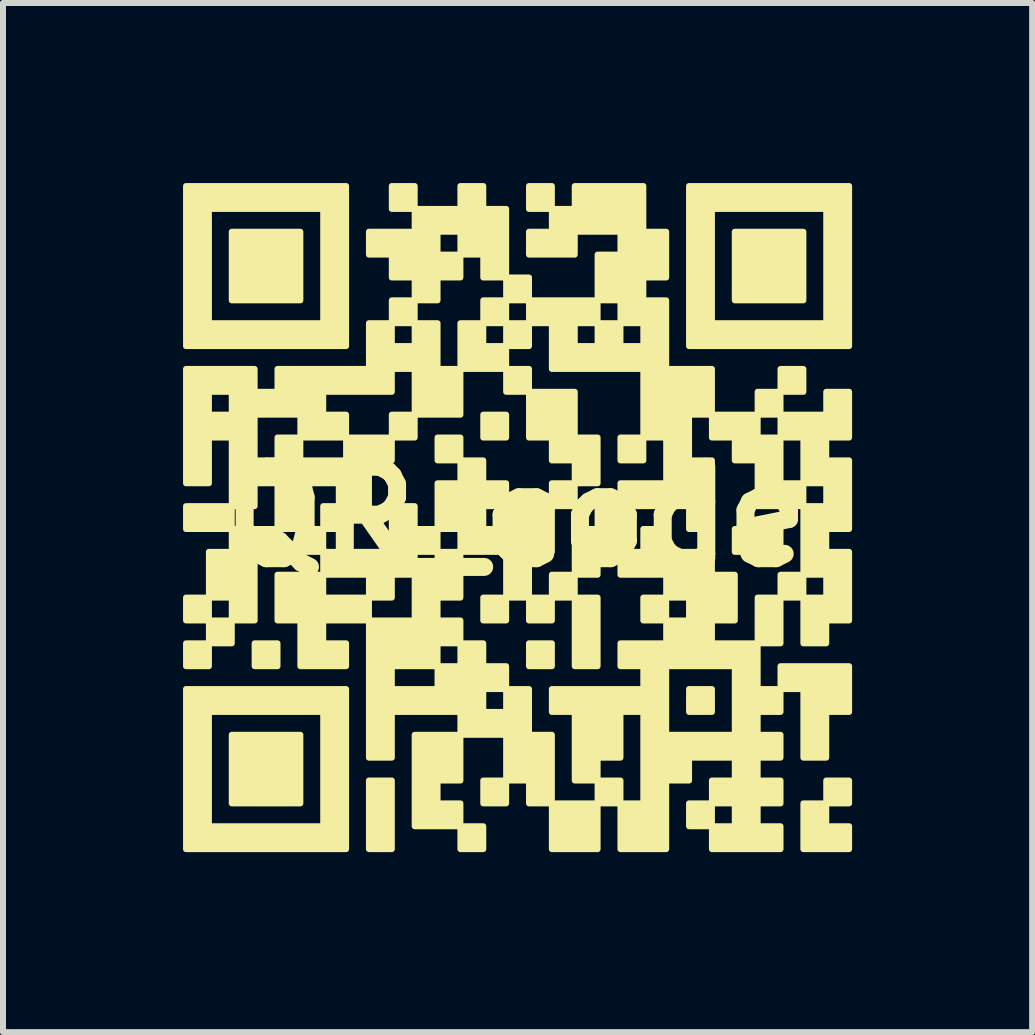
<source format=kicad_pcb>
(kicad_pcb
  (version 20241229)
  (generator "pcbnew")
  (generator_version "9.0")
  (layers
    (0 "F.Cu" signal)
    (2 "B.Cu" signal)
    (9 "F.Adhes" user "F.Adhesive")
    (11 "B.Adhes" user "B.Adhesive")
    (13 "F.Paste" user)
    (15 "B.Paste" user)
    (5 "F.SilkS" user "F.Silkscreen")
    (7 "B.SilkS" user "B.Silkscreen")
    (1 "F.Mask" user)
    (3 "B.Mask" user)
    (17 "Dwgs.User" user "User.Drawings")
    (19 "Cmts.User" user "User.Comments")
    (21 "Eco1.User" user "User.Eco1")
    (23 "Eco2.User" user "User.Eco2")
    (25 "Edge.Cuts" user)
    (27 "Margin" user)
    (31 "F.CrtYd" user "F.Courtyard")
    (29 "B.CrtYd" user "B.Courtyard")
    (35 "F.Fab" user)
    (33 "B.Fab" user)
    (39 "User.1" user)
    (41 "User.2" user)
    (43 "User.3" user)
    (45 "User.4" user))
  (footprint "QR_code"
    (layer "F.Cu")
    (at 5.562 5.562)
    (property "Reference" "QR_code" (at 0 0 0) (layer "F.SilkS") (effects (font (size 1.524 1.524) (thickness 0.3))))
    (attr through_hole)
    (fp_poly (pts (xy -5.131 1.727) (xy -5.321 1.727) (xy -5.512 1.727) (xy -5.512 1.537) (xy -5.512 1.346) (xy -5.321 1.346) (xy -5.131 1.346) (xy -5.131 1.537) (xy -5.131 1.727)) (stroke (width 0.1) (type solid)) (fill yes) (layer "F.SilkS"))
    (fp_poly (pts (xy -5.131 2.489) (xy -5.321 2.489) (xy -5.512 2.489) (xy -5.512 2.299) (xy -5.512 2.108) (xy -5.321 2.108) (xy -5.131 2.108) (xy -5.131 2.299) (xy -5.131 2.489)) (stroke (width 0.1) (type solid)) (fill yes) (layer "F.SilkS"))
    (fp_poly (pts (xy -4.75 0.203) (xy -5.131 0.203) (xy -5.512 0.203) (xy -5.512 0.013) (xy -5.512 -0.178) (xy -5.131 -0.178) (xy -4.75 -0.178) (xy -4.75 0.013) (xy -4.75 0.203)) (stroke (width 0.1) (type solid)) (fill yes) (layer "F.SilkS"))
    (fp_poly (pts (xy -4.75 2.108) (xy -4.94 2.108) (xy -5.131 2.108) (xy -5.131 1.918) (xy -5.131 1.727) (xy -4.94 1.727) (xy -4.75 1.727) (xy -4.75 1.918) (xy -4.75 2.108)) (stroke (width 0.1) (type solid)) (fill yes) (layer "F.SilkS"))
    (fp_poly (pts (xy -3.988 2.489) (xy -4.178 2.489) (xy -4.369 2.489) (xy -4.369 2.299) (xy -4.369 2.108) (xy -4.178 2.108) (xy -3.988 2.108) (xy -3.988 2.299) (xy -3.988 2.489)) (stroke (width 0.1) (type solid)) (fill yes) (layer "F.SilkS"))
    (fp_poly (pts (xy -3.607 -3.607) (xy -4.178 -3.607) (xy -4.75 -3.607) (xy -4.75 -4.178) (xy -4.75 -4.75) (xy -4.178 -4.75) (xy -3.607 -4.75) (xy -3.607 -4.178) (xy -3.607 -3.607)) (stroke (width 0.1) (type solid)) (fill yes) (layer "F.SilkS"))
    (fp_poly (pts (xy -3.607 4.775) (xy -4.178 4.775) (xy -4.75 4.775) (xy -4.75 4.204) (xy -4.75 3.632) (xy -4.178 3.632) (xy -3.607 3.632) (xy -3.607 4.204) (xy -3.607 4.775)) (stroke (width 0.1) (type solid)) (fill yes) (layer "F.SilkS"))
    (fp_poly (pts (xy -3.226 0.584) (xy -3.416 0.584) (xy -3.607 0.584) (xy -3.607 0.394) (xy -3.607 0.203) (xy -3.416 0.203) (xy -3.226 0.203) (xy -3.226 0.394) (xy -3.226 0.584)) (stroke (width 0.1) (type solid)) (fill yes) (layer "F.SilkS"))
    (fp_poly (pts (xy -2.845 0.203) (xy -3.035 0.203) (xy -3.226 0.203) (xy -3.226 0.013) (xy -3.226 -0.178) (xy -3.035 -0.178) (xy -2.845 -0.178) (xy -2.845 0.013) (xy -2.845 0.203)) (stroke (width 0.1) (type solid)) (fill yes) (layer "F.SilkS"))
    (fp_poly (pts (xy -2.083 5.537) (xy -2.273 5.537) (xy -2.464 5.537) (xy -2.464 4.966) (xy -2.464 4.394) (xy -2.273 4.394) (xy -2.083 4.394) (xy -2.083 4.966) (xy -2.083 5.537)) (stroke (width 0.1) (type solid)) (fill yes) (layer "F.SilkS"))
    (fp_poly (pts (xy -1.702 -5.131) (xy -1.892 -5.131) (xy -2.083 -5.131) (xy -2.083 -5.321) (xy -2.083 -5.512) (xy -1.892 -5.512) (xy -1.702 -5.512) (xy -1.702 -5.321) (xy -1.702 -5.131)) (stroke (width 0.1) (type solid)) (fill yes) (layer "F.SilkS"))
    (fp_poly (pts (xy -1.702 -3.226) (xy -1.892 -3.226) (xy -2.083 -3.226) (xy -2.083 -3.416) (xy -2.083 -3.607) (xy -1.892 -3.607) (xy -1.702 -3.607) (xy -1.702 -3.416) (xy -1.702 -3.226)) (stroke (width 0.1) (type solid)) (fill yes) (layer "F.SilkS"))
    (fp_poly (pts (xy -1.702 -1.321) (xy -1.892 -1.321) (xy -2.083 -1.321) (xy -2.083 -1.511) (xy -2.083 -1.702) (xy -1.892 -1.702) (xy -1.702 -1.702) (xy -1.702 -1.511) (xy -1.702 -1.321)) (stroke (width 0.1) (type solid)) (fill yes) (layer "F.SilkS"))
    (fp_poly (pts (xy -0.94 -0.94) (xy -1.13 -0.94) (xy -1.321 -0.94) (xy -1.321 -1.13) (xy -1.321 -1.321) (xy -1.13 -1.321) (xy -0.94 -1.321) (xy -0.94 -1.13) (xy -0.94 -0.94)) (stroke (width 0.1) (type solid)) (fill yes) (layer "F.SilkS"))
    (fp_poly (pts (xy -0.559 5.537) (xy -0.749 5.537) (xy -0.94 5.537) (xy -0.94 5.347) (xy -0.94 5.156) (xy -0.749 5.156) (xy -0.559 5.156) (xy -0.559 5.347) (xy -0.559 5.537)) (stroke (width 0.1) (type solid)) (fill yes) (layer "F.SilkS"))
    (fp_poly (pts (xy -0.178 -3.226) (xy -0.368 -3.226) (xy -0.559 -3.226) (xy -0.559 -3.416) (xy -0.559 -3.607) (xy -0.368 -3.607) (xy -0.178 -3.607) (xy -0.178 -3.416) (xy -0.178 -3.226)) (stroke (width 0.1) (type solid)) (fill yes) (layer "F.SilkS"))
    (fp_poly (pts (xy -0.178 -1.321) (xy -0.368 -1.321) (xy -0.559 -1.321) (xy -0.559 -1.511) (xy -0.559 -1.702) (xy -0.368 -1.702) (xy -0.178 -1.702) (xy -0.178 -1.511) (xy -0.178 -1.321)) (stroke (width 0.1) (type solid)) (fill yes) (layer "F.SilkS"))
    (fp_poly (pts (xy -0.178 1.727) (xy -0.368 1.727) (xy -0.559 1.727) (xy -0.559 1.537) (xy -0.559 1.346) (xy -0.368 1.346) (xy -0.178 1.346) (xy -0.178 1.537) (xy -0.178 1.727)) (stroke (width 0.1) (type solid)) (fill yes) (layer "F.SilkS"))
    (fp_poly (pts (xy -0.178 4.775) (xy -0.368 4.775) (xy -0.559 4.775) (xy -0.559 4.585) (xy -0.559 4.394) (xy -0.368 4.394) (xy -0.178 4.394) (xy -0.178 4.585) (xy -0.178 4.775)) (stroke (width 0.1) (type solid)) (fill yes) (layer "F.SilkS"))
    (fp_poly (pts (xy 0.203 -3.607) (xy 0.013 -3.607) (xy -0.178 -3.607) (xy -0.178 -3.797) (xy -0.178 -3.988) (xy 0.013 -3.988) (xy 0.203 -3.988) (xy 0.203 -3.797) (xy 0.203 -3.607)) (stroke (width 0.1) (type solid)) (fill yes) (layer "F.SilkS"))
    (fp_poly (pts (xy 0.203 -2.845) (xy 0.013 -2.845) (xy -0.178 -2.845) (xy -0.178 -3.035) (xy -0.178 -3.226) (xy 0.013 -3.226) (xy 0.203 -3.226) (xy 0.203 -3.035) (xy 0.203 -2.845)) (stroke (width 0.1) (type solid)) (fill yes) (layer "F.SilkS"))
    (fp_poly (pts (xy 0.203 -2.083) (xy 0.013 -2.083) (xy -0.178 -2.083) (xy -0.178 -2.273) (xy -0.178 -2.464) (xy 0.013 -2.464) (xy 0.203 -2.464) (xy 0.203 -2.273) (xy 0.203 -2.083)) (stroke (width 0.1) (type solid)) (fill yes) (layer "F.SilkS"))
    (fp_poly (pts (xy 0.584 -5.131) (xy 0.394 -5.131) (xy 0.203 -5.131) (xy 0.203 -5.321) (xy 0.203 -5.512) (xy 0.394 -5.512) (xy 0.584 -5.512) (xy 0.584 -5.321) (xy 0.584 -5.131)) (stroke (width 0.1) (type solid)) (fill yes) (layer "F.SilkS"))
    (fp_poly (pts (xy 0.584 1.727) (xy 0.394 1.727) (xy 0.203 1.727) (xy 0.203 1.537) (xy 0.203 1.346) (xy 0.394 1.346) (xy 0.584 1.346) (xy 0.584 1.537) (xy 0.584 1.727)) (stroke (width 0.1) (type solid)) (fill yes) (layer "F.SilkS"))
    (fp_poly (pts (xy 0.584 2.489) (xy 0.394 2.489) (xy 0.203 2.489) (xy 0.203 2.299) (xy 0.203 2.108) (xy 0.394 2.108) (xy 0.584 2.108) (xy 0.584 2.299) (xy 0.584 2.489)) (stroke (width 0.1) (type solid)) (fill yes) (layer "F.SilkS"))
    (fp_poly (pts (xy 0.965 -0.178) (xy 0.775 -0.178) (xy 0.584 -0.178) (xy 0.584 -0.368) (xy 0.584 -0.559) (xy 0.775 -0.559) (xy 0.965 -0.559) (xy 0.965 -0.368) (xy 0.965 -0.178)) (stroke (width 0.1) (type solid)) (fill yes) (layer "F.SilkS"))
    (fp_poly (pts (xy 0.965 1.346) (xy 0.775 1.346) (xy 0.584 1.346) (xy 0.584 1.156) (xy 0.584 0.965) (xy 0.775 0.965) (xy 0.965 0.965) (xy 0.965 1.156) (xy 0.965 1.346)) (stroke (width 0.1) (type solid)) (fill yes) (layer "F.SilkS"))
    (fp_poly (pts (xy 1.346 2.489) (xy 1.156 2.489) (xy 0.965 2.489) (xy 0.965 1.918) (xy 0.965 1.346) (xy 1.156 1.346) (xy 1.346 1.346) (xy 1.346 1.918) (xy 1.346 2.489)) (stroke (width 0.1) (type solid)) (fill yes) (layer "F.SilkS"))
    (fp_poly (pts (xy 1.346 5.537) (xy 0.965 5.537) (xy 0.584 5.537) (xy 0.584 5.156) (xy 0.584 4.775) (xy 0.965 4.775) (xy 1.346 4.775) (xy 1.346 5.156) (xy 1.346 5.537)) (stroke (width 0.1) (type solid)) (fill yes) (layer "F.SilkS"))
    (fp_poly (pts (xy 1.727 4.775) (xy 1.537 4.775) (xy 1.346 4.775) (xy 1.346 4.585) (xy 1.346 4.394) (xy 1.537 4.394) (xy 1.727 4.394) (xy 1.727 4.585) (xy 1.727 4.775)) (stroke (width 0.1) (type solid)) (fill yes) (layer "F.SilkS"))
    (fp_poly (pts (xy 2.108 -0.94) (xy 1.918 -0.94) (xy 1.727 -0.94) (xy 1.727 -1.13) (xy 1.727 -1.321) (xy 1.918 -1.321) (xy 2.108 -1.321) (xy 2.108 -1.13) (xy 2.108 -0.94)) (stroke (width 0.1) (type solid)) (fill yes) (layer "F.SilkS"))
    (fp_poly (pts (xy 2.489 1.727) (xy 2.299 1.727) (xy 2.108 1.727) (xy 2.108 1.537) (xy 2.108 1.346) (xy 2.299 1.346) (xy 2.489 1.346) (xy 2.489 1.537) (xy 2.489 1.727)) (stroke (width 0.1) (type solid)) (fill yes) (layer "F.SilkS"))
    (fp_poly (pts (xy 3.251 3.251) (xy 3.061 3.251) (xy 2.87 3.251) (xy 2.87 3.061) (xy 2.87 2.87) (xy 3.061 2.87) (xy 3.251 2.87) (xy 3.251 3.061) (xy 3.251 3.251)) (stroke (width 0.1) (type solid)) (fill yes) (layer "F.SilkS"))
    (fp_poly (pts (xy 3.251 5.156) (xy 3.061 5.156) (xy 2.87 5.156) (xy 2.87 4.966) (xy 2.87 4.775) (xy 3.061 4.775) (xy 3.251 4.775) (xy 3.251 4.966) (xy 3.251 5.156)) (stroke (width 0.1) (type solid)) (fill yes) (layer "F.SilkS"))
    (fp_poly (pts (xy 4.394 -1.702) (xy 4.204 -1.702) (xy 4.013 -1.702) (xy 4.013 -1.892) (xy 4.013 -2.083) (xy 4.204 -2.083) (xy 4.394 -2.083) (xy 4.394 -1.892) (xy 4.394 -1.702)) (stroke (width 0.1) (type solid)) (fill yes) (layer "F.SilkS"))
    (fp_poly (pts (xy 4.394 0.584) (xy 4.013 0.584) (xy 3.632 0.584) (xy 3.632 0.394) (xy 3.632 0.203) (xy 4.013 0.203) (xy 4.394 0.203) (xy 4.394 0.394) (xy 4.394 0.584)) (stroke (width 0.1) (type solid)) (fill yes) (layer "F.SilkS"))
    (fp_poly (pts (xy 4.394 2.108) (xy 4.204 2.108) (xy 4.013 2.108) (xy 4.013 1.727) (xy 4.013 1.346) (xy 4.204 1.346) (xy 4.394 1.346) (xy 4.394 1.727) (xy 4.394 2.108)) (stroke (width 0.1) (type solid)) (fill yes) (layer "F.SilkS"))
    (fp_poly (pts (xy 4.775 -3.607) (xy 4.204 -3.607) (xy 3.632 -3.607) (xy 3.632 -4.178) (xy 3.632 -4.75) (xy 4.204 -4.75) (xy 4.775 -4.75) (xy 4.775 -4.178) (xy 4.775 -3.607)) (stroke (width 0.1) (type solid)) (fill yes) (layer "F.SilkS"))
    (fp_poly (pts (xy 4.775 -2.083) (xy 4.585 -2.083) (xy 4.394 -2.083) (xy 4.394 -2.273) (xy 4.394 -2.464) (xy 4.585 -2.464) (xy 4.775 -2.464) (xy 4.775 -2.273) (xy 4.775 -2.083)) (stroke (width 0.1) (type solid)) (fill yes) (layer "F.SilkS"))
    (fp_poly (pts (xy 4.775 1.346) (xy 4.585 1.346) (xy 4.394 1.346) (xy 4.394 1.156) (xy 4.394 0.965) (xy 4.585 0.965) (xy 4.775 0.965) (xy 4.775 1.156) (xy 4.775 1.346)) (stroke (width 0.1) (type solid)) (fill yes) (layer "F.SilkS"))
    (fp_poly (pts (xy 5.537 4.775) (xy 5.347 4.775) (xy 5.156 4.775) (xy 5.156 4.585) (xy 5.156 4.394) (xy 5.347 4.394) (xy 5.537 4.394) (xy 5.537 4.585) (xy 5.537 4.775)) (stroke (width 0.1) (type solid)) (fill yes) (layer "F.SilkS"))
    (fp_poly (pts (xy -0.178 -2.464) (xy -0.559 -2.464) (xy -0.94 -2.464) (xy -0.94 -2.845) (xy -0.94 -3.226) (xy -0.749 -3.226) (xy -0.559 -3.226) (xy -0.559 -3.035) (xy -0.559 -2.845) (xy -0.368 -2.845) (xy -0.178 -2.845) (xy -0.178 -2.654) (xy -0.178 -2.464)) (stroke (width 0.1) (type solid)) (fill yes) (layer "F.SilkS"))
    (fp_poly (pts (xy 5.537 5.537) (xy 5.156 5.537) (xy 4.775 5.537) (xy 4.775 5.156) (xy 4.775 4.775) (xy 4.966 4.775) (xy 5.156 4.775) (xy 5.156 4.966) (xy 5.156 5.156) (xy 5.347 5.156) (xy 5.537 5.156) (xy 5.537 5.347) (xy 5.537 5.537)) (stroke (width 0.1) (type solid)) (fill yes) (layer "F.SilkS"))
    (fp_poly (pts (xy -0.94 5.156) (xy -1.321 5.156) (xy -1.702 5.156) (xy -1.702 4.394) (xy -1.702 3.632) (xy -1.321 3.632) (xy -0.94 3.632) (xy -0.94 4.013) (xy -0.94 4.394) (xy -1.13 4.394) (xy -1.321 4.394) (xy -1.321 4.585) (xy -1.321 4.775) (xy -1.13 4.775) (xy -0.94 4.775) (xy -0.94 4.966) (xy -0.94 5.156)) (stroke (width 0.1) (type solid)) (fill yes) (layer "F.SilkS"))
    (fp_poly (pts (xy 1.727 0.584) (xy 1.537 0.584) (xy 1.346 0.584) (xy 1.346 0.775) (xy 1.346 0.965) (xy 1.156 0.965) (xy 0.965 0.965) (xy 0.965 0.584) (xy 0.965 0.203) (xy 1.156 0.203) (xy 1.346 0.203) (xy 1.346 0.013) (xy 1.346 -0.178) (xy 1.537 -0.178) (xy 1.727 -0.178) (xy 1.727 0.203) (xy 1.727 0.584)) (stroke (width 0.1) (type solid)) (fill yes) (layer "F.SilkS"))
    (fp_poly (pts (xy 5.537 3.251) (xy 5.347 3.251) (xy 5.156 3.251) (xy 5.156 3.632) (xy 5.156 4.013) (xy 4.966 4.013) (xy 4.775 4.013) (xy 4.775 3.442) (xy 4.775 2.87) (xy 4.585 2.87) (xy 4.394 2.87) (xy 4.394 2.68) (xy 4.394 2.489) (xy 4.966 2.489) (xy 5.537 2.489) (xy 5.537 2.87) (xy 5.537 3.251)) (stroke (width 0.1) (type solid)) (fill yes) (layer "F.SilkS"))
    (fp_poly (pts (xy -2.845 -2.845) (xy -3.226 -2.845) (xy -3.226 -3.226) (xy -3.226 -4.178) (xy -3.226 -5.131) (xy -4.178 -5.131) (xy -5.131 -5.131) (xy -5.131 -4.178) (xy -5.131 -3.226) (xy -4.178 -3.226) (xy -3.226 -3.226) (xy -3.226 -2.845) (xy -4.178 -2.845) (xy -5.512 -2.845) (xy -5.512 -4.178) (xy -5.512 -5.512) (xy -4.178 -5.512) (xy -2.845 -5.512) (xy -2.845 -4.178) (xy -2.845 -2.845)) (stroke (width 0.1) (type solid)) (fill yes) (layer "F.SilkS"))
    (fp_poly (pts (xy -2.845 5.537) (xy -3.226 5.537) (xy -3.226 5.156) (xy -3.226 4.204) (xy -3.226 3.251) (xy -4.178 3.251) (xy -5.131 3.251) (xy -5.131 4.204) (xy -5.131 5.156) (xy -4.178 5.156) (xy -3.226 5.156) (xy -3.226 5.537) (xy -4.178 5.537) (xy -5.512 5.537) (xy -5.512 4.204) (xy -5.512 2.87) (xy -4.178 2.87) (xy -2.845 2.87) (xy -2.845 4.204) (xy -2.845 5.537)) (stroke (width 0.1) (type solid)) (fill yes) (layer "F.SilkS"))
    (fp_poly (pts (xy 5.537 -2.845) (xy 5.156 -2.845) (xy 5.156 -3.226) (xy 5.156 -4.178) (xy 5.156 -5.131) (xy 4.204 -5.131) (xy 3.251 -5.131) (xy 3.251 -4.178) (xy 3.251 -3.226) (xy 4.204 -3.226) (xy 5.156 -3.226) (xy 5.156 -2.845) (xy 4.204 -2.845) (xy 2.87 -2.845) (xy 2.87 -4.178) (xy 2.87 -5.512) (xy 4.204 -5.512) (xy 5.537 -5.512) (xy 5.537 -4.178) (xy 5.537 -2.845)) (stroke (width 0.1) (type solid)) (fill yes) (layer "F.SilkS"))
    (fp_poly (pts (xy -3.988 0.584) (xy -4.178 0.584) (xy -4.369 0.584) (xy -4.369 1.156) (xy -4.369 1.727) (xy -4.559 1.727) (xy -4.75 1.727) (xy -4.75 1.537) (xy -4.75 1.346) (xy -4.94 1.346) (xy -5.131 1.346) (xy -5.131 0.965) (xy -5.131 0.584) (xy -4.94 0.584) (xy -4.75 0.584) (xy -4.75 0.394) (xy -4.75 0.203) (xy -4.369 0.203) (xy -3.988 0.203) (xy -3.988 0.394) (xy -3.988 0.584)) (stroke (width 0.1) (type solid)) (fill yes) (layer "F.SilkS"))
    (fp_poly (pts (xy 1.346 -0.559) (xy 1.156 -0.559) (xy 0.965 -0.559) (xy 0.965 -0.749) (xy 0.965 -0.94) (xy 0.775 -0.94) (xy 0.584 -0.94) (xy 0.584 -1.13) (xy 0.584 -1.321) (xy 0.394 -1.321) (xy 0.203 -1.321) (xy 0.203 -1.702) (xy 0.203 -2.083) (xy 0.584 -2.083) (xy 0.965 -2.083) (xy 0.965 -1.702) (xy 0.965 -1.321) (xy 1.156 -1.321) (xy 1.346 -1.321) (xy 1.346 -0.94) (xy 1.346 -0.559)) (stroke (width 0.1) (type solid)) (fill yes) (layer "F.SilkS"))
    (fp_poly (pts (xy -2.464 1.727) (xy -2.845 1.727) (xy -3.226 1.727) (xy -3.226 1.918) (xy -3.226 2.108) (xy -3.035 2.108) (xy -2.845 2.108) (xy -2.845 2.299) (xy -2.845 2.489) (xy -3.226 2.489) (xy -3.607 2.489) (xy -3.607 2.108) (xy -3.607 1.727) (xy -3.797 1.727) (xy -3.988 1.727) (xy -3.988 1.346) (xy -3.988 0.965) (xy -3.607 0.965) (xy -3.226 0.965) (xy -3.226 1.156) (xy -3.226 1.346) (xy -2.845 1.346) (xy -2.464 1.346) (xy -2.464 1.537) (xy -2.464 1.727)) (stroke (width 0.1) (type solid)) (fill yes) (layer "F.SilkS"))
    (fp_poly (pts (xy 4.775 -0.178) (xy 4.394 -0.178) (xy 4.013 -0.178) (xy 4.013 -0.559) (xy 4.013 -0.94) (xy 3.823 -0.94) (xy 3.632 -0.94) (xy 3.632 -1.13) (xy 3.632 -1.321) (xy 3.442 -1.321) (xy 3.251 -1.321) (xy 3.251 -1.511) (xy 3.251 -1.702) (xy 3.632 -1.702) (xy 4.013 -1.702) (xy 4.013 -1.511) (xy 4.013 -1.321) (xy 4.204 -1.321) (xy 4.394 -1.321) (xy 4.394 -0.94) (xy 4.394 -0.559) (xy 4.585 -0.559) (xy 4.775 -0.559) (xy 4.775 -0.368) (xy 4.775 -0.178)) (stroke (width 0.1) (type solid)) (fill yes) (layer "F.SilkS"))
    (fp_poly (pts (xy -1.321 0.584) (xy -1.511 0.584) (xy -1.702 0.584) (xy -1.702 0.775) (xy -1.702 0.965) (xy -1.892 0.965) (xy -2.083 0.965) (xy -2.083 1.156) (xy -2.083 1.346) (xy -2.273 1.346) (xy -2.464 1.346) (xy -2.464 1.156) (xy -2.464 0.965) (xy -2.845 0.965) (xy -3.226 0.965) (xy -3.226 0.775) (xy -3.226 0.584) (xy -2.654 0.584) (xy -2.083 0.584) (xy -2.083 0.203) (xy -2.083 -0.178) (xy -1.892 -0.178) (xy -1.702 -0.178) (xy -1.702 0.013) (xy -1.702 0.203) (xy -1.511 0.203) (xy -1.321 0.203) (xy -1.321 0.394) (xy -1.321 0.584)) (stroke (width 0.1) (type solid)) (fill yes) (layer "F.SilkS"))
    (fp_poly (pts (xy 0.584 0.584) (xy 0.394 0.584) (xy 0.203 0.584) (xy 0.203 0.965) (xy 0.203 1.346) (xy 0.013 1.346) (xy -0.178 1.346) (xy -0.178 0.965) (xy -0.178 0.584) (xy -0.559 0.584) (xy -0.94 0.584) (xy -0.94 0.394) (xy -0.94 0.203) (xy -1.13 0.203) (xy -1.321 0.203) (xy -1.321 -0.178) (xy -1.321 -0.559) (xy -1.13 -0.559) (xy -0.94 -0.559) (xy -0.94 -0.749) (xy -0.94 -0.94) (xy -0.749 -0.94) (xy -0.559 -0.94) (xy -0.559 -0.749) (xy -0.559 -0.559) (xy -0.368 -0.559) (xy -0.178 -0.559) (xy -0.178 -0.368) (xy -0.178 -0.178) (xy -0.368 -0.178) (xy -0.559 -0.178) (xy -0.559 0.013) (xy -0.559 0.203) (xy -0.368 0.203) (xy -0.178 0.203) (xy -0.178 0.013) (xy -0.178 -0.178) (xy 0.203 -0.178) (xy 0.584 -0.178) (xy 0.584 0.203) (xy 0.584 0.584)) (stroke (width 0.1) (type solid)) (fill yes) (layer "F.SilkS"))
    (fp_poly (pts (xy -0.178 -3.988) (xy -0.368 -3.988) (xy -0.559 -3.988) (xy -0.559 -4.178) (xy -0.559 -4.369) (xy -0.749 -4.369) (xy -0.94 -4.369) (xy -0.94 -4.559) (xy -0.94 -4.75) (xy -1.13 -4.75) (xy -1.321 -4.75) (xy -1.321 -4.559) (xy -1.321 -4.369) (xy -1.13 -4.369) (xy -0.94 -4.369) (xy -0.94 -4.178) (xy -0.94 -3.988) (xy -1.13 -3.988) (xy -1.321 -3.988) (xy -1.321 -3.797) (xy -1.321 -3.607) (xy -1.511 -3.607) (xy -1.702 -3.607) (xy -1.702 -3.797) (xy -1.702 -3.988) (xy -1.892 -3.988) (xy -2.083 -3.988) (xy -2.083 -4.178) (xy -2.083 -4.369) (xy -2.273 -4.369) (xy -2.464 -4.369) (xy -2.464 -4.559) (xy -2.464 -4.75) (xy -2.083 -4.75) (xy -1.702 -4.75) (xy -1.702 -4.94) (xy -1.702 -5.131) (xy -1.321 -5.131) (xy -0.94 -5.131) (xy -0.94 -5.321) (xy -0.94 -5.512) (xy -0.749 -5.512) (xy -0.559 -5.512) (xy -0.559 -5.321) (xy -0.559 -5.131) (xy -0.368 -5.131) (xy -0.178 -5.131) (xy -0.178 -4.559) (xy -0.178 -3.988)) (stroke (width 0.1) (type solid)) (fill yes) (layer "F.SilkS"))
    (fp_poly (pts (xy 5.537 1.727) (xy 5.347 1.727) (xy 5.156 1.727) (xy 5.156 1.918) (xy 5.156 2.108) (xy 4.966 2.108) (xy 4.775 2.108) (xy 4.775 1.727) (xy 4.775 1.346) (xy 4.966 1.346) (xy 5.156 1.346) (xy 5.156 1.156) (xy 5.156 0.965) (xy 4.966 0.965) (xy 4.775 0.965) (xy 4.775 0.394) (xy 4.775 -0.178) (xy 4.966 -0.178) (xy 5.156 -0.178) (xy 5.156 -0.368) (xy 5.156 -0.559) (xy 4.966 -0.559) (xy 4.775 -0.559) (xy 4.775 -0.94) (xy 4.775 -1.321) (xy 4.585 -1.321) (xy 4.394 -1.321) (xy 4.394 -1.511) (xy 4.394 -1.702) (xy 4.775 -1.702) (xy 5.156 -1.702) (xy 5.156 -1.892) (xy 5.156 -2.083) (xy 5.347 -2.083) (xy 5.537 -2.083) (xy 5.537 -1.702) (xy 5.537 -1.321) (xy 5.347 -1.321) (xy 5.156 -1.321) (xy 5.156 -1.13) (xy 5.156 -0.94) (xy 5.347 -0.94) (xy 5.537 -0.94) (xy 5.537 -0.368) (xy 5.537 0.203) (xy 5.347 0.203) (xy 5.156 0.203) (xy 5.156 0.394) (xy 5.156 0.584) (xy 5.347 0.584) (xy 5.537 0.584) (xy 5.537 1.156) (xy 5.537 1.727)) (stroke (width 0.1) (type solid)) (fill yes) (layer "F.SilkS"))
    (fp_poly (pts (xy 0.584 4.775) (xy 0.394 4.775) (xy 0.203 4.775) (xy 0.203 4.585) (xy 0.203 4.394) (xy 0.013 4.394) (xy -0.178 4.394) (xy -0.178 4.013) (xy -0.178 3.632) (xy -0.559 3.632) (xy -0.94 3.632) (xy -0.94 3.442) (xy -0.94 3.251) (xy -1.511 3.251) (xy -2.083 3.251) (xy -2.083 3.632) (xy -2.083 4.013) (xy -2.273 4.013) (xy -2.464 4.013) (xy -2.464 2.87) (xy -2.464 1.727) (xy -2.083 1.727) (xy -1.702 1.727) (xy -1.702 1.346) (xy -1.702 0.965) (xy -1.511 0.965) (xy -1.321 0.965) (xy -1.321 0.775) (xy -1.321 0.584) (xy -1.13 0.584) (xy -0.94 0.584) (xy -0.94 0.965) (xy -0.94 1.346) (xy -1.13 1.346) (xy -1.321 1.346) (xy -1.321 1.537) (xy -1.321 1.727) (xy -1.13 1.727) (xy -0.94 1.727) (xy -0.94 1.918) (xy -0.94 2.108) (xy -1.13 2.108) (xy -1.321 2.108) (xy -1.321 2.299) (xy -1.321 2.489) (xy -1.702 2.489) (xy -2.083 2.489) (xy -2.083 2.68) (xy -2.083 2.87) (xy -1.702 2.87) (xy -1.321 2.87) (xy -1.321 2.68) (xy -1.321 2.489) (xy -1.13 2.489) (xy -0.94 2.489) (xy -0.94 2.299) (xy -0.94 2.108) (xy -0.749 2.108) (xy -0.559 2.108) (xy -0.559 2.299) (xy -0.559 2.489) (xy -0.368 2.489) (xy -0.178 2.489) (xy -0.178 2.68) (xy -0.178 2.87) (xy -0.368 2.87) (xy -0.559 2.87) (xy -0.559 3.061) (xy -0.559 3.251) (xy -0.368 3.251) (xy -0.178 3.251) (xy -0.178 3.061) (xy -0.178 2.87) (xy 0.013 2.87) (xy 0.203 2.87) (xy 0.203 3.251) (xy 0.203 3.632) (xy 0.394 3.632) (xy 0.584 3.632) (xy 0.584 4.204) (xy 0.584 4.775)) (stroke (width 0.1) (type solid)) (fill yes) (layer "F.SilkS"))
    (fp_poly (pts (xy 3.251 0.203) (xy 3.061 0.203) (xy 2.87 0.203) (xy 2.87 0.013) (xy 2.87 -0.178) (xy 2.299 -0.178) (xy 1.727 -0.178) (xy 1.727 -0.368) (xy 1.727 -0.559) (xy 2.108 -0.559) (xy 2.489 -0.559) (xy 2.489 -0.94) (xy 2.489 -1.321) (xy 2.299 -1.321) (xy 2.108 -1.321) (xy 2.108 -1.892) (xy 2.108 -2.464) (xy 1.346 -2.464) (xy 0.584 -2.464) (xy 0.584 -2.845) (xy 0.584 -3.226) (xy 0.394 -3.226) (xy 0.203 -3.226) (xy 0.203 -3.416) (xy 0.203 -3.607) (xy 0.775 -3.607) (xy 1.346 -3.607) (xy 1.346 -3.416) (xy 1.346 -3.226) (xy 1.156 -3.226) (xy 0.965 -3.226) (xy 0.965 -3.035) (xy 0.965 -2.845) (xy 1.156 -2.845) (xy 1.346 -2.845) (xy 1.346 -3.035) (xy 1.346 -3.226) (xy 1.537 -3.226) (xy 1.727 -3.226) (xy 1.727 -3.035) (xy 1.727 -2.845) (xy 1.918 -2.845) (xy 2.108 -2.845) (xy 2.108 -3.035) (xy 2.108 -3.226) (xy 1.918 -3.226) (xy 1.727 -3.226) (xy 1.727 -3.416) (xy 1.727 -3.607) (xy 1.537 -3.607) (xy 1.346 -3.607) (xy 1.346 -3.988) (xy 1.346 -4.369) (xy 1.537 -4.369) (xy 1.727 -4.369) (xy 1.727 -4.559) (xy 1.727 -4.75) (xy 1.346 -4.75) (xy 0.965 -4.75) (xy 0.965 -4.559) (xy 0.965 -4.369) (xy 0.584 -4.369) (xy 0.203 -4.369) (xy 0.203 -4.559) (xy 0.203 -4.75) (xy 0.394 -4.75) (xy 0.584 -4.75) (xy 0.584 -4.94) (xy 0.584 -5.131) (xy 0.775 -5.131) (xy 0.965 -5.131) (xy 0.965 -5.321) (xy 0.965 -5.512) (xy 1.537 -5.512) (xy 2.108 -5.512) (xy 2.108 -5.131) (xy 2.108 -4.75) (xy 2.299 -4.75) (xy 2.489 -4.75) (xy 2.489 -4.369) (xy 2.489 -3.988) (xy 2.299 -3.988) (xy 2.108 -3.988) (xy 2.108 -3.797) (xy 2.108 -3.607) (xy 2.299 -3.607) (xy 2.489 -3.607) (xy 2.489 -3.035) (xy 2.489 -2.464) (xy 2.87 -2.464) (xy 3.251 -2.464) (xy 3.251 -2.083) (xy 3.251 -1.702) (xy 3.061 -1.702) (xy 2.87 -1.702) (xy 2.87 -1.321) (xy 2.87 -0.94) (xy 3.061 -0.94) (xy 3.251 -0.94) (xy 3.251 -0.368) (xy 3.251 0.203)) (stroke (width 0.1) (type solid)) (fill yes) (layer "F.SilkS"))
    (fp_poly (pts (xy -0.94 -1.702) (xy -1.321 -1.702) (xy -1.702 -1.702) (xy -1.702 -2.083) (xy -1.702 -2.464) (xy -1.892 -2.464) (xy -2.083 -2.464) (xy -2.083 -2.273) (xy -2.083 -2.083) (xy -2.654 -2.083) (xy -3.226 -2.083) (xy -3.226 -1.892) (xy -3.226 -1.702) (xy -3.035 -1.702) (xy -2.845 -1.702) (xy -2.845 -1.511) (xy -2.845 -1.321) (xy -3.226 -1.321) (xy -3.607 -1.321) (xy -3.607 -1.511) (xy -3.607 -1.702) (xy -3.988 -1.702) (xy -4.369 -1.702) (xy -4.369 -1.321) (xy -4.369 -0.94) (xy -4.178 -0.94) (xy -3.988 -0.94) (xy -3.988 -1.13) (xy -3.988 -1.321) (xy -3.797 -1.321) (xy -3.607 -1.321) (xy -3.607 -1.13) (xy -3.607 -0.94) (xy -3.226 -0.94) (xy -2.845 -0.94) (xy -2.845 -1.13) (xy -2.845 -1.321) (xy -2.464 -1.321) (xy -2.083 -1.321) (xy -2.083 -1.13) (xy -2.083 -0.94) (xy -2.273 -0.94) (xy -2.464 -0.94) (xy -2.464 -0.559) (xy -2.464 -0.178) (xy -2.654 -0.178) (xy -2.845 -0.178) (xy -2.845 -0.368) (xy -2.845 -0.559) (xy -3.226 -0.559) (xy -3.607 -0.559) (xy -3.607 -0.178) (xy -3.607 0.203) (xy -3.797 0.203) (xy -3.988 0.203) (xy -3.988 -0.178) (xy -3.988 -0.559) (xy -4.178 -0.559) (xy -4.369 -0.559) (xy -4.369 -0.368) (xy -4.369 -0.178) (xy -4.559 -0.178) (xy -4.75 -0.178) (xy -4.75 -0.749) (xy -4.75 -1.321) (xy -4.75 -1.702) (xy -4.75 -1.892) (xy -4.75 -2.083) (xy -4.94 -2.083) (xy -5.131 -2.083) (xy -5.131 -1.892) (xy -5.131 -1.702) (xy -4.94 -1.702) (xy -4.75 -1.702) (xy -4.75 -1.321) (xy -4.94 -1.321) (xy -5.131 -1.321) (xy -5.131 -0.94) (xy -5.131 -0.559) (xy -5.321 -0.559) (xy -5.512 -0.559) (xy -5.512 -1.511) (xy -5.512 -2.464) (xy -4.94 -2.464) (xy -4.369 -2.464) (xy -4.369 -2.273) (xy -4.369 -2.083) (xy -4.178 -2.083) (xy -3.988 -2.083) (xy -3.988 -2.273) (xy -3.988 -2.464) (xy -3.226 -2.464) (xy -2.464 -2.464) (xy -2.464 -2.845) (xy -2.464 -3.226) (xy -2.273 -3.226) (xy -2.083 -3.226) (xy -2.083 -3.035) (xy -2.083 -2.845) (xy -1.892 -2.845) (xy -1.702 -2.845) (xy -1.702 -3.035) (xy -1.702 -3.226) (xy -1.511 -3.226) (xy -1.321 -3.226) (xy -1.321 -2.845) (xy -1.321 -2.464) (xy -1.13 -2.464) (xy -0.94 -2.464) (xy -0.94 -2.083) (xy -0.94 -1.702)) (stroke (width 0.1) (type solid)) (fill yes) (layer "F.SilkS"))
    (fp_poly (pts (xy 4.394 5.537) (xy 3.823 5.537) (xy 3.251 5.537) (xy 3.251 5.347) (xy 3.251 5.156) (xy 3.442 5.156) (xy 3.632 5.156) (xy 3.632 4.966) (xy 3.632 4.775) (xy 3.442 4.775) (xy 3.251 4.775) (xy 3.251 4.585) (xy 3.251 4.394) (xy 3.442 4.394) (xy 3.632 4.394) (xy 3.632 4.204) (xy 3.632 4.013) (xy 3.632 3.632) (xy 3.632 3.061) (xy 3.632 2.489) (xy 3.061 2.489) (xy 2.489 2.489) (xy 2.489 3.061) (xy 2.489 3.632) (xy 3.061 3.632) (xy 3.632 3.632) (xy 3.632 4.013) (xy 3.251 4.013) (xy 2.87 4.013) (xy 2.87 4.204) (xy 2.87 4.394) (xy 2.68 4.394) (xy 2.489 4.394) (xy 2.489 4.966) (xy 2.489 5.537) (xy 2.108 5.537) (xy 1.727 5.537) (xy 1.727 5.156) (xy 1.727 4.775) (xy 1.918 4.775) (xy 2.108 4.775) (xy 2.108 4.013) (xy 2.108 3.251) (xy 1.918 3.251) (xy 1.727 3.251) (xy 1.727 3.632) (xy 1.727 4.013) (xy 1.537 4.013) (xy 1.346 4.013) (xy 1.346 4.204) (xy 1.346 4.394) (xy 1.156 4.394) (xy 0.965 4.394) (xy 0.965 3.823) (xy 0.965 3.251) (xy 0.775 3.251) (xy 0.584 3.251) (xy 0.584 3.061) (xy 0.584 2.87) (xy 1.346 2.87) (xy 2.108 2.87) (xy 2.108 2.68) (xy 2.108 2.489) (xy 1.918 2.489) (xy 1.727 2.489) (xy 1.727 2.299) (xy 1.727 2.108) (xy 2.108 2.108) (xy 2.489 2.108) (xy 2.489 1.918) (xy 2.489 1.727) (xy 2.68 1.727) (xy 2.87 1.727) (xy 2.87 1.537) (xy 2.87 1.346) (xy 2.68 1.346) (xy 2.489 1.346) (xy 2.489 1.156) (xy 2.489 0.965) (xy 2.108 0.965) (xy 1.727 0.965) (xy 1.727 0.775) (xy 1.727 0.584) (xy 1.918 0.584) (xy 2.108 0.584) (xy 2.108 0.394) (xy 2.108 0.203) (xy 2.299 0.203) (xy 2.489 0.203) (xy 2.489 0.394) (xy 2.489 0.584) (xy 2.87 0.584) (xy 3.251 0.584) (xy 3.251 0.775) (xy 3.251 0.965) (xy 3.442 0.965) (xy 3.632 0.965) (xy 3.632 1.346) (xy 3.632 1.727) (xy 3.442 1.727) (xy 3.251 1.727) (xy 3.251 1.918) (xy 3.251 2.108) (xy 3.632 2.108) (xy 4.013 2.108) (xy 4.013 2.489) (xy 4.013 2.87) (xy 4.204 2.87) (xy 4.394 2.87) (xy 4.394 3.061) (xy 4.394 3.251) (xy 4.204 3.251) (xy 4.013 3.251) (xy 4.013 3.442) (xy 4.013 3.632) (xy 4.204 3.632) (xy 4.394 3.632) (xy 4.394 3.823) (xy 4.394 4.013) (xy 4.204 4.013) (xy 4.013 4.013) (xy 4.013 4.204) (xy 4.013 4.394) (xy 4.204 4.394) (xy 4.394 4.394) (xy 4.394 4.585) (xy 4.394 4.775) (xy 4.204 4.775) (xy 4.013 4.775) (xy 4.013 4.966) (xy 4.013 5.156) (xy 4.204 5.156) (xy 4.394 5.156) (xy 4.394 5.347) (xy 4.394 5.537)) (stroke (width 0.1) (type solid)) (fill yes) (layer "F.SilkS")))
  (gr_rect
    (start -3 -3)
    (end 14.149 14.149)
    (stroke (width 0.1) (type default))
    (fill no)
    (layer "Edge.Cuts")))
</source>
